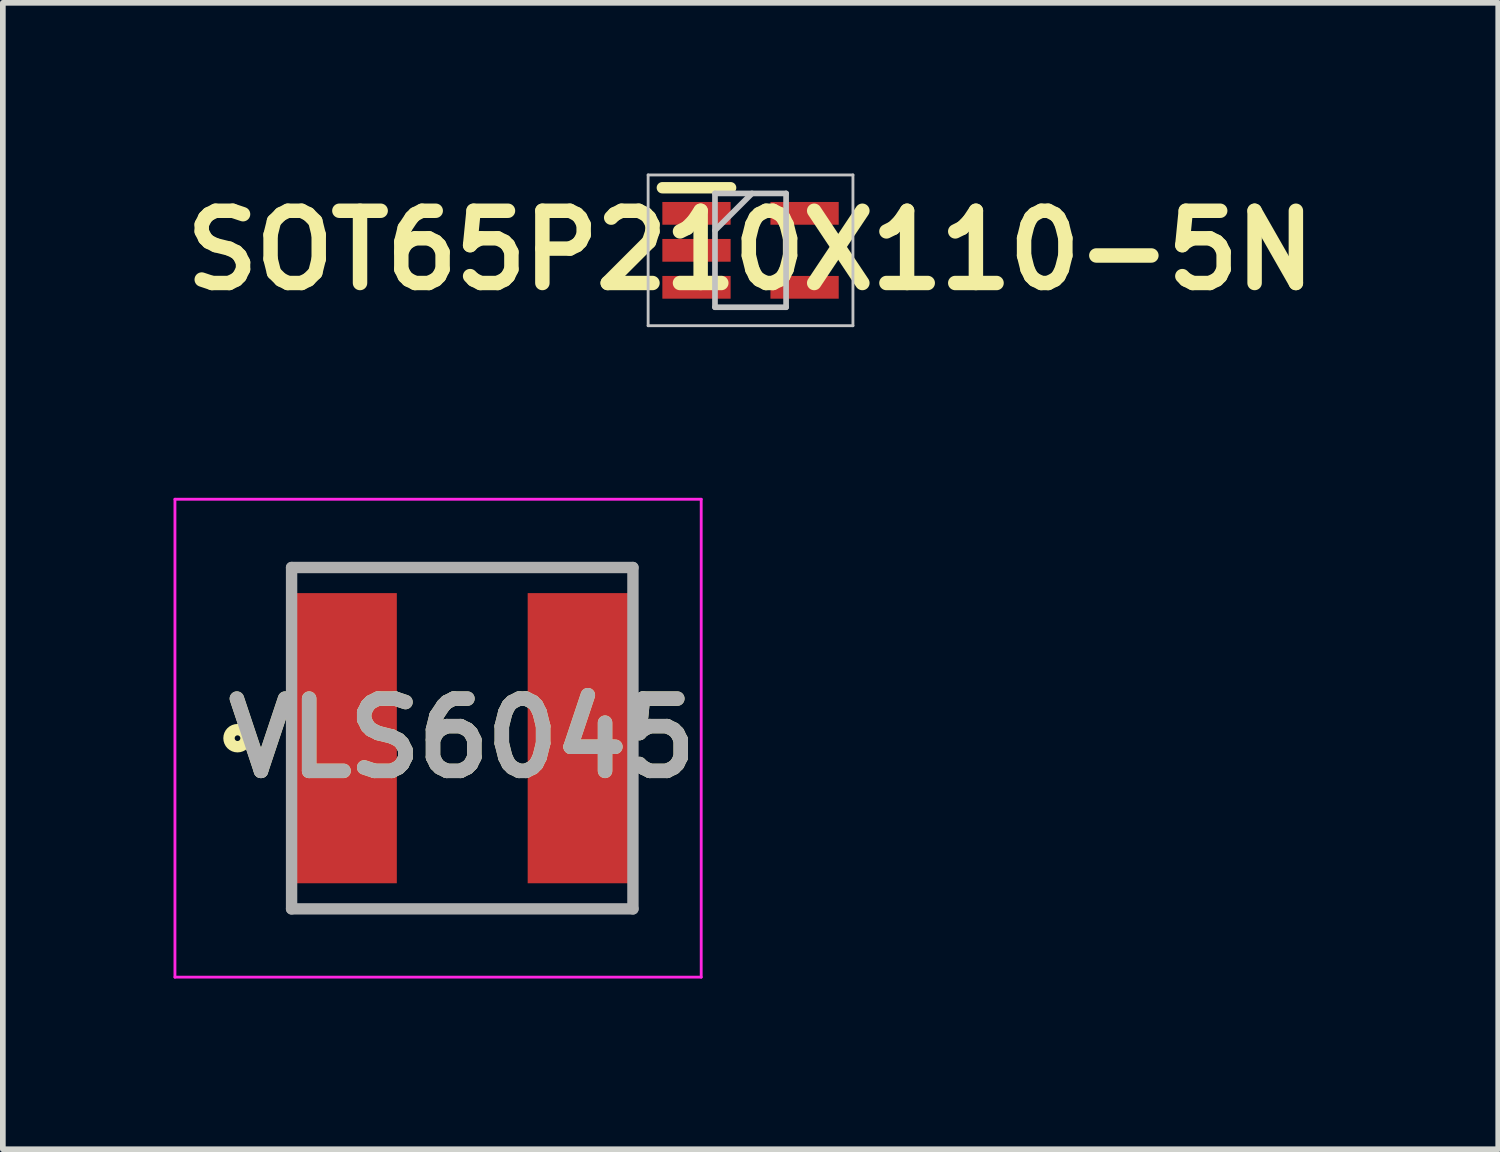
<source format=kicad_pcb>
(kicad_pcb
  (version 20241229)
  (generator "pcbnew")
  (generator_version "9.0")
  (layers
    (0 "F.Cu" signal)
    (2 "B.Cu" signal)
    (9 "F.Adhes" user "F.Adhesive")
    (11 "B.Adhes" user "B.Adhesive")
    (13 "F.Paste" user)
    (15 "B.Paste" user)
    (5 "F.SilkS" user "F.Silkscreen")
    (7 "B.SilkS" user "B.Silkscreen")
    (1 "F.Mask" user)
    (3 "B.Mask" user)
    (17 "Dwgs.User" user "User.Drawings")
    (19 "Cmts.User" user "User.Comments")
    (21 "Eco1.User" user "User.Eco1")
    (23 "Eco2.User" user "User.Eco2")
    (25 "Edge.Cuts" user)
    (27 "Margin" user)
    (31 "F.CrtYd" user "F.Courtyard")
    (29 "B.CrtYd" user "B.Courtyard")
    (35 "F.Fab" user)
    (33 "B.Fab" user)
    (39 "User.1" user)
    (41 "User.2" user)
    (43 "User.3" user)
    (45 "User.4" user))
  (footprint "SOT65P210X110-5N"
    (layer "F.Cu")
    (at 10.142 1.35)
    (property "Reference" "SOT65P210X110-5N" (at 0 0 0) (layer "F.SilkS") (effects (font (size 1.27 1.27) (thickness 0.254))))
    (attr smd)
    (fp_line (start -1.55 -1.1) (end -0.35 -1.1) (stroke (width 0.2) (type solid)) (layer "F.SilkS"))
    (fp_line (start -1.8 -1.325) (end 1.8 -1.325) (stroke (width 0.05) (type solid)) (layer "Dwgs.User"))
    (fp_line (start -1.8 1.325) (end -1.8 -1.325) (stroke (width 0.05) (type solid)) (layer "Dwgs.User"))
    (fp_line (start -0.625 -1) (end 0.625 -1) (stroke (width 0.1) (type solid)) (layer "Dwgs.User"))
    (fp_line (start -0.625 -0.35) (end 0.025 -1) (stroke (width 0.1) (type solid)) (layer "Dwgs.User"))
    (fp_line (start -0.625 1) (end -0.625 -1) (stroke (width 0.1) (type solid)) (layer "Dwgs.User"))
    (fp_line (start 0.625 -1) (end 0.625 1) (stroke (width 0.1) (type solid)) (layer "Dwgs.User"))
    (fp_line (start 0.625 1) (end -0.625 1) (stroke (width 0.1) (type solid)) (layer "Dwgs.User"))
    (fp_line (start 1.8 -1.325) (end 1.8 1.325) (stroke (width 0.05) (type solid)) (layer "Dwgs.User"))
    (fp_line (start 1.8 1.325) (end -1.8 1.325) (stroke (width 0.05) (type solid)) (layer "Dwgs.User"))
    (pad "1" smd rect (at -0.95 -0.65 90) (size 0.4 1.2) (layers "F.Cu" "F.Mask" "F.Paste"))
    (pad "2" smd rect (at -0.95 0 90) (size 0.4 1.2) (layers "F.Cu" "F.Mask" "F.Paste"))
    (pad "3" smd rect (at -0.95 0.65 90) (size 0.4 1.2) (layers "F.Cu" "F.Mask" "F.Paste"))
    (pad "4" smd rect (at 0.95 0.65 90) (size 0.4 1.2) (layers "F.Cu" "F.Mask" "F.Paste"))
    (pad "5" smd rect (at 0.95 -0.65 90) (size 0.4 1.2) (layers "F.Cu" "F.Mask" "F.Paste")))
  (footprint "VLS6045"
    (layer "F.Cu")
    (at 5.075 9.925)
    (property "Reference" "VLS6045" (at 0 0 0) (layer "F.SilkS") (effects (font (size 1.27 1.27) (thickness 0.254))))
    (attr smd)
    (fp_circle (center -3.95 0) (end -3.95 0.05) (stroke (width 0.2) (type solid)) (fill no) (layer "F.SilkS"))
    (fp_line (start -5.05 -4.2) (end 4.2 -4.2) (stroke (width 0.05) (type solid)) (layer "F.CrtYd"))
    (fp_line (start -5.05 4.2) (end -5.05 -4.2) (stroke (width 0.05) (type solid)) (layer "F.CrtYd"))
    (fp_line (start 4.2 -4.2) (end 4.2 4.2) (stroke (width 0.05) (type solid)) (layer "F.CrtYd"))
    (fp_line (start 4.2 4.2) (end -5.05 4.2) (stroke (width 0.05) (type solid)) (layer "F.CrtYd"))
    (fp_line (start -3 -3) (end 3 -3) (stroke (width 0.2) (type solid)) (layer "F.Fab"))
    (fp_line (start -3 3) (end -3 -3) (stroke (width 0.2) (type solid)) (layer "F.Fab"))
    (fp_line (start 3 -3) (end 3 3) (stroke (width 0.2) (type solid)) (layer "F.Fab"))
    (fp_line (start 3 3) (end -3 3) (stroke (width 0.2) (type solid)) (layer "F.Fab"))
    (fp_text user "${REFERENCE}" (at 0 0 0) (layer "F.Fab") (effects (font (size 1.27 1.27) (thickness 0.254))))
    (pad "1" smd rect (at -2.1 0) (size 1.9 5.1) (layers "F.Cu" "F.Mask" "F.Paste"))
    (pad "2" smd rect (at 2.1 0) (size 1.9 5.1) (layers "F.Cu" "F.Mask" "F.Paste")))
  (gr_rect
    (start -3 -3)
    (end 23.284 17.15)
    (stroke (width 0.1) (type default))
    (fill no)
    (layer "Edge.Cuts")))
</source>
